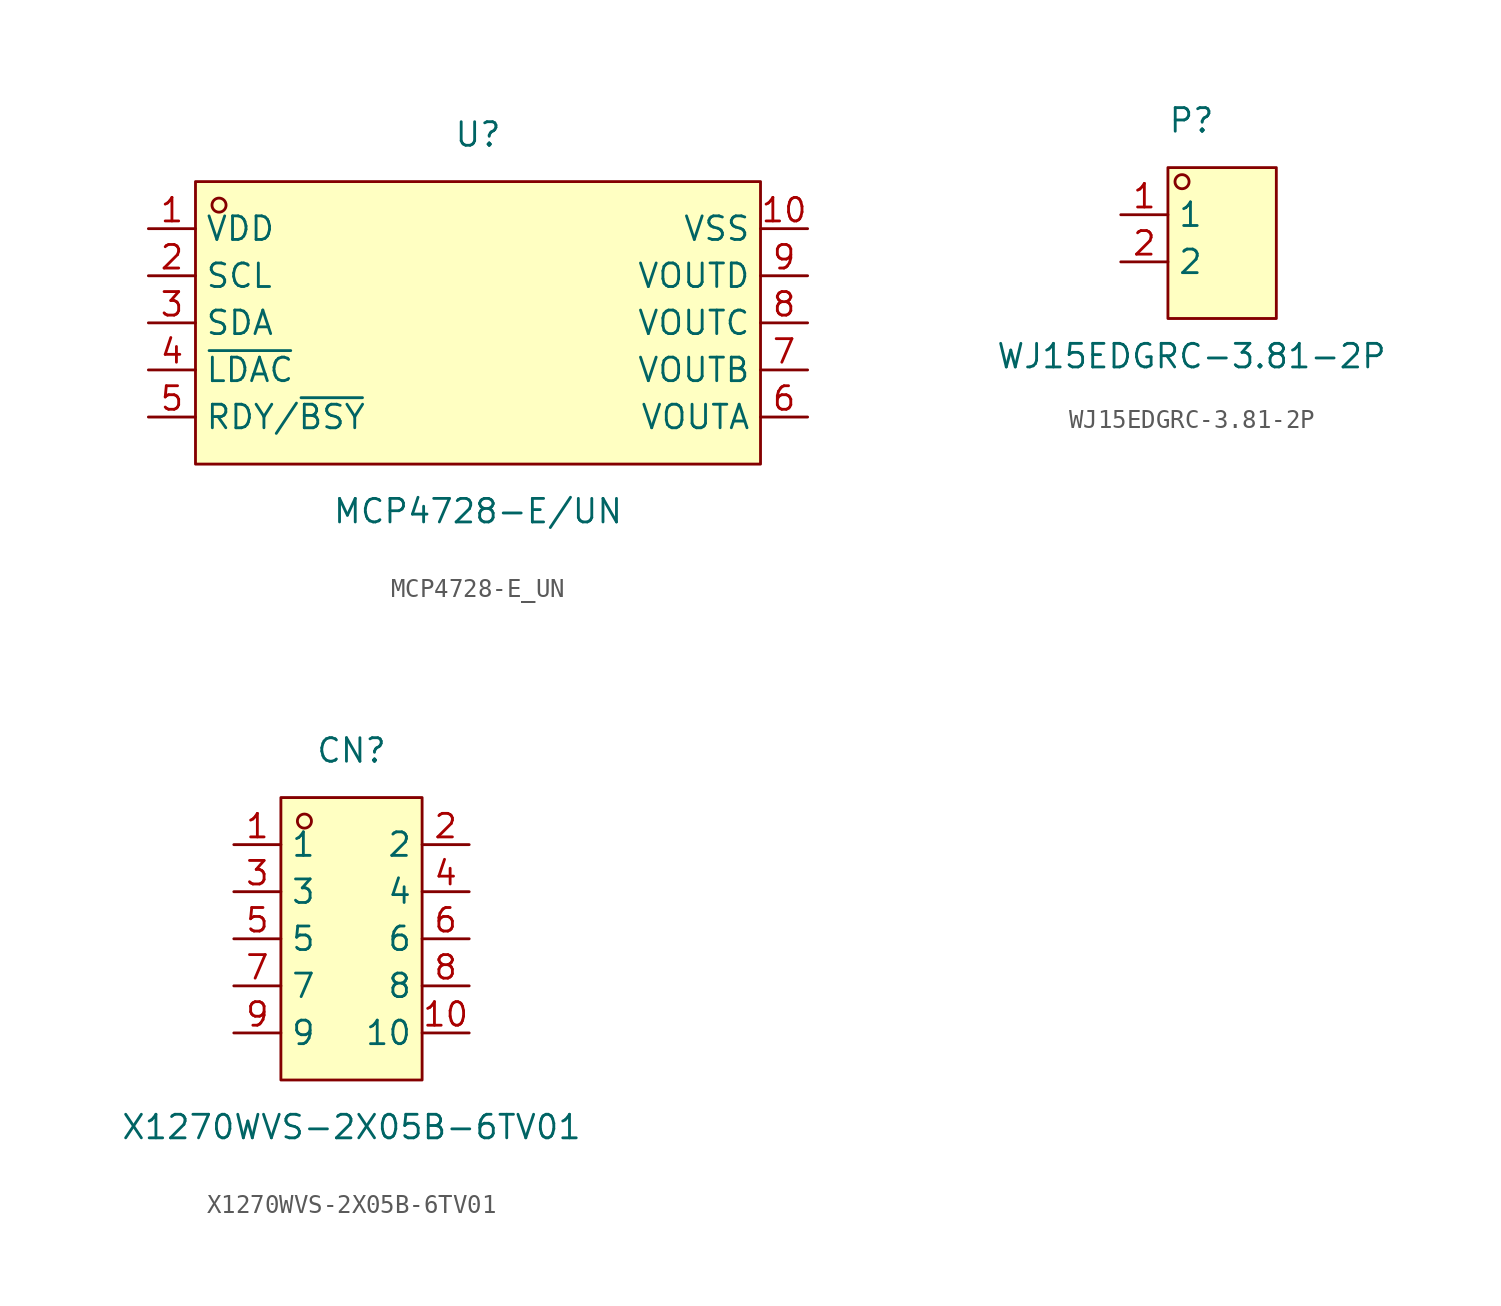
<source format=kicad_sym>
(kicad_symbol_lib
  (version 20231120)
  (generator "kicad_symbol_editor")
  (generator_version "8.0")
  (symbol "MCP4728-E_UN"
    (property "Reference" "U"
      (at 0 10.16 0)
      (effects (font (size 1.27 1.27))))
    (property "Value" "MCP4728-E/UN"
      (at 0 -10.16 0)
      (effects (font (size 1.27 1.27))))
    (symbol "MCP4728-E_UN_0_1"
      (rectangle (start -15.24 7.62) (end 15.24 -7.62) (stroke (width 0) (type default)) (fill (type background)))
      (circle (center -13.97 6.35) (radius 0.38) (stroke (width 0) (type default)) (fill (type none)))
      (pin unspecified line (at -17.78 5.08 0) (length 2.54) (name "VDD" (effects (font (size 1.27 1.27)))) (number "1" (effects (font (size 1.27 1.27)))))
      (pin unspecified line (at 17.78 5.08 180) (length 2.54) (name "VSS" (effects (font (size 1.27 1.27)))) (number "10" (effects (font (size 1.27 1.27)))))
      (pin unspecified line (at -17.78 2.54 0) (length 2.54) (name "SCL" (effects (font (size 1.27 1.27)))) (number "2" (effects (font (size 1.27 1.27)))))
      (pin unspecified line (at -17.78 0 0) (length 2.54) (name "SDA" (effects (font (size 1.27 1.27)))) (number "3" (effects (font (size 1.27 1.27)))))
      (pin unspecified line (at -17.78 -2.54 0) (length 2.54) (name "~{LDAC}" (effects (font (size 1.27 1.27)))) (number "4" (effects (font (size 1.27 1.27)))))
      (pin unspecified line (at -17.78 -5.08 0) (length 2.54) (name "RDY/~{BSY}" (effects (font (size 1.27 1.27)))) (number "5" (effects (font (size 1.27 1.27)))))
      (pin unspecified line (at 17.78 -5.08 180) (length 2.54) (name "VOUTA" (effects (font (size 1.27 1.27)))) (number "6" (effects (font (size 1.27 1.27)))))
      (pin unspecified line (at 17.78 -2.54 180) (length 2.54) (name "VOUTB" (effects (font (size 1.27 1.27)))) (number "7" (effects (font (size 1.27 1.27)))))
      (pin unspecified line (at 17.78 0 180) (length 2.54) (name "VOUTC" (effects (font (size 1.27 1.27)))) (number "8" (effects (font (size 1.27 1.27)))))
      (pin unspecified line (at 17.78 2.54 180) (length 2.54) (name "VOUTD" (effects (font (size 1.27 1.27)))) (number "9" (effects (font (size 1.27 1.27)))))))
  (symbol "WJ15EDGRC-3.81-2P"
    (property "Reference" "P"
      (at 0 6.35 0)
      (effects (font (size 1.27 1.27))))
    (property "Value" "WJ15EDGRC-3.81-2P"
      (at 0 -6.35 0)
      (effects (font (size 1.27 1.27))))
    (symbol "WJ15EDGRC-3.81-2P_0_1"
      (rectangle (start -1.27 3.81) (end 4.57 -4.32) (stroke (width 0) (type default) (color 0 0 0 0)) (fill (type background)))
      (circle (center -0.51 3.05) (radius 0.38) (stroke (width 0) (type default) (color 0 0 0 0)) (fill (type none)))
      (pin unspecified line (at -3.81 1.27 0) (length 2.54) (name "1" (effects (font (size 1.27 1.27)))) (number "1" (effects (font (size 1.27 1.27)))))
      (pin unspecified line (at -3.81 -1.27 0) (length 2.54) (name "2" (effects (font (size 1.27 1.27)))) (number "2" (effects (font (size 1.27 1.27)))))))
  (symbol "X1270WVS-2X05B-6TV01"
    (property "Reference" "CN"
      (at 0 10.16 0)
      (effects (font (size 1.27 1.27))))
    (property "Value" "X1270WVS-2X05B-6TV01"
      (at 0 -10.16 0)
      (effects (font (size 1.27 1.27))))
    (symbol "X1270WVS-2X05B-6TV01_0_1"
      (rectangle (start -3.81 7.62) (end 3.81 -7.62) (stroke (width 0) (type default)) (fill (type background)))
      (circle (center -2.54 6.35) (radius 0.38) (stroke (width 0) (type default)) (fill (type none)))
      (pin unspecified line (at -6.35 5.08 0) (length 2.54) (name "1" (effects (font (size 1.27 1.27)))) (number "1" (effects (font (size 1.27 1.27)))))
      (pin unspecified line (at 6.35 -5.08 180) (length 2.54) (name "10" (effects (font (size 1.27 1.27)))) (number "10" (effects (font (size 1.27 1.27)))))
      (pin unspecified line (at 6.35 5.08 180) (length 2.54) (name "2" (effects (font (size 1.27 1.27)))) (number "2" (effects (font (size 1.27 1.27)))))
      (pin unspecified line (at -6.35 2.54 0) (length 2.54) (name "3" (effects (font (size 1.27 1.27)))) (number "3" (effects (font (size 1.27 1.27)))))
      (pin unspecified line (at 6.35 2.54 180) (length 2.54) (name "4" (effects (font (size 1.27 1.27)))) (number "4" (effects (font (size 1.27 1.27)))))
      (pin unspecified line (at -6.35 0 0) (length 2.54) (name "5" (effects (font (size 1.27 1.27)))) (number "5" (effects (font (size 1.27 1.27)))))
      (pin unspecified line (at 6.35 0 180) (length 2.54) (name "6" (effects (font (size 1.27 1.27)))) (number "6" (effects (font (size 1.27 1.27)))))
      (pin unspecified line (at -6.35 -2.54 0) (length 2.54) (name "7" (effects (font (size 1.27 1.27)))) (number "7" (effects (font (size 1.27 1.27)))))
      (pin unspecified line (at 6.35 -2.54 180) (length 2.54) (name "8" (effects (font (size 1.27 1.27)))) (number "8" (effects (font (size 1.27 1.27)))))
      (pin unspecified line (at -6.35 -5.08 0) (length 2.54) (name "9" (effects (font (size 1.27 1.27)))) (number "9" (effects (font (size 1.27 1.27))))))))
</source>
